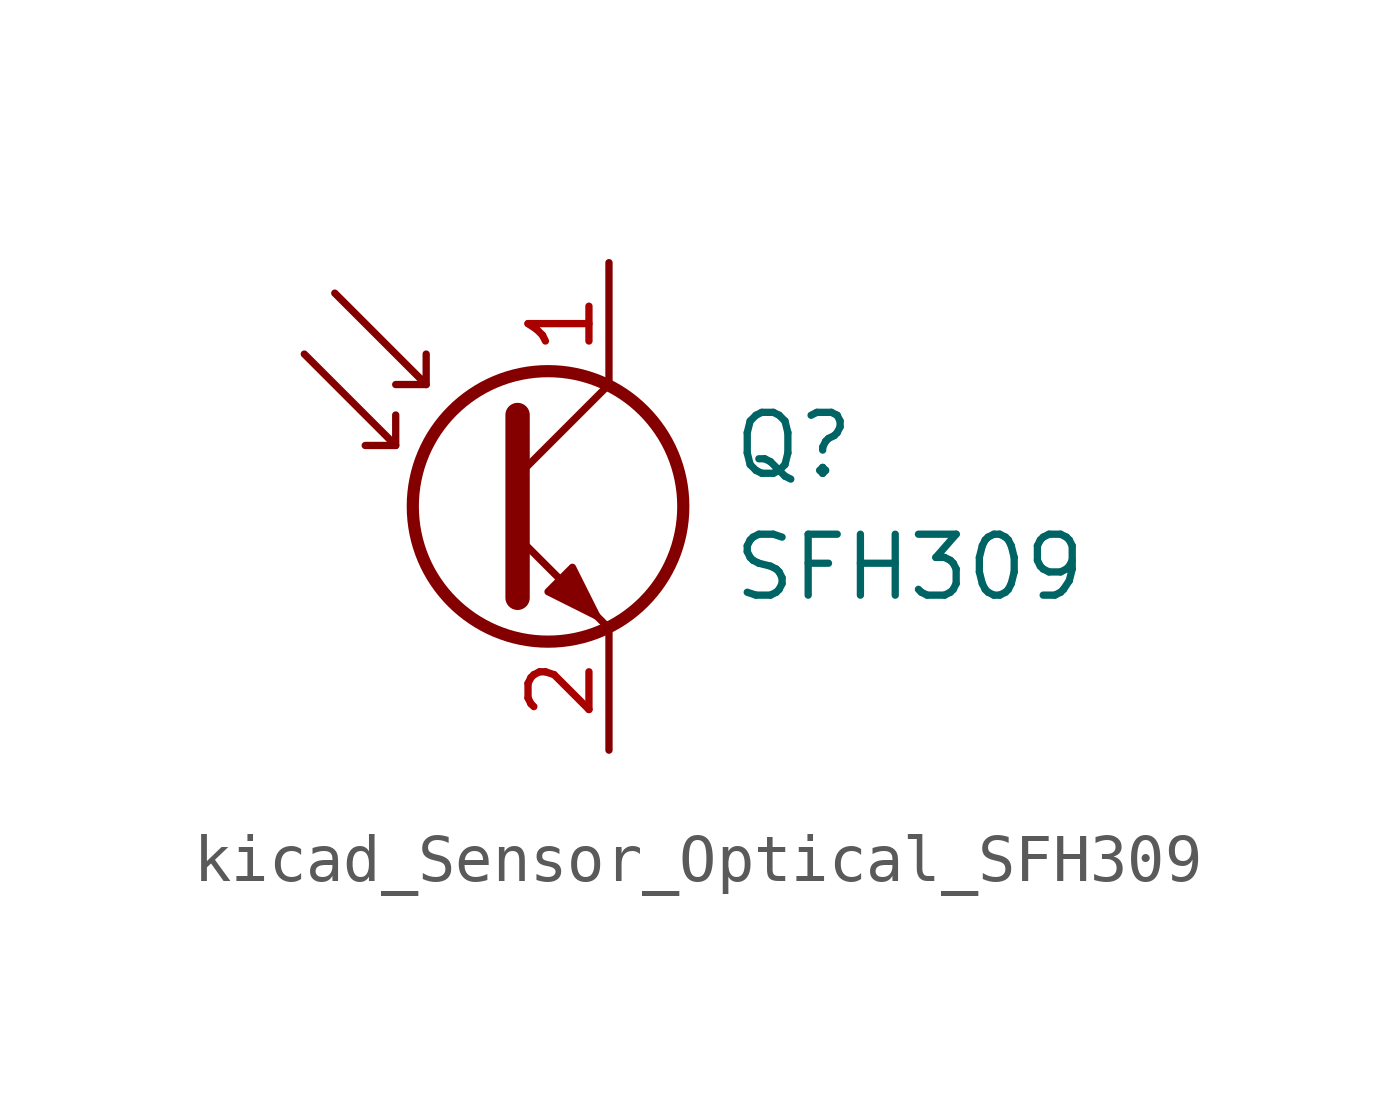
<source format=kicad_sym>
(kicad_symbol_lib
  (version 20220914)
  (generator kicad_symbol_editor)
  (symbol "kicad_Sensor_Optical_SFH309"
    (pin_names
      (offset 0) hide)
    (property "Reference" "Q"
      (at 5.08 1.27 0)
      (effects (font (size 1.27 1.27)) (justify left)))
    (property "Value" "SFH309"
      (at 5.08 -1.27 0)
      (effects (font (size 1.27 1.27)) (justify left)))
    (symbol "kicad_Sensor_Optical_SFH309_0_1"
      (polyline (pts (xy -1.905 1.27) (xy -2.54 1.27)) (stroke (width 0) (type default)) (fill (type none)))
      (polyline (pts (xy -1.27 2.54) (xy -1.905 2.54)) (stroke (width 0) (type default)) (fill (type none)))
      (polyline (pts (xy 0.635 0.635) (xy 2.54 2.54)) (stroke (width 0) (type default)) (fill (type none)))
      (polyline (pts (xy -3.81 3.175) (xy -1.905 1.27) (xy -1.905 1.905)) (stroke (width 0) (type default)) (fill (type none)))
      (polyline (pts (xy -3.175 4.445) (xy -1.27 2.54) (xy -1.27 3.175)) (stroke (width 0) (type default)) (fill (type none)))
      (polyline (pts (xy 0.635 -0.635) (xy 2.54 -2.54) (xy 2.54 -2.54)) (stroke (width 0) (type default)) (fill (type none)))
      (polyline (pts (xy 0.635 1.905) (xy 0.635 -1.905) (xy 0.635 -1.905)) (stroke (width 0.508) (type default)) (fill (type none)))
      (polyline (pts (xy 1.27 -1.778) (xy 1.778 -1.27) (xy 2.286 -2.286) (xy 1.27 -1.778) (xy 1.27 -1.778)) (stroke (width 0) (type default)) (fill (type outline)))
      (circle (center 1.27 0) (radius 2.819) (stroke (width 0.254) (type default)) (fill (type none))))
    (symbol "kicad_Sensor_Optical_SFH309_1_1"
      (pin passive line (at 2.54 5.08 270) (length 2.54) (name "C" (effects (font (size 1.27 1.27)))) (number "1" (effects (font (size 1.27 1.27)))))
      (pin passive line (at 2.54 -5.08 90) (length 2.54) (name "E" (effects (font (size 1.27 1.27)))) (number "2" (effects (font (size 1.27 1.27))))))))
</source>
